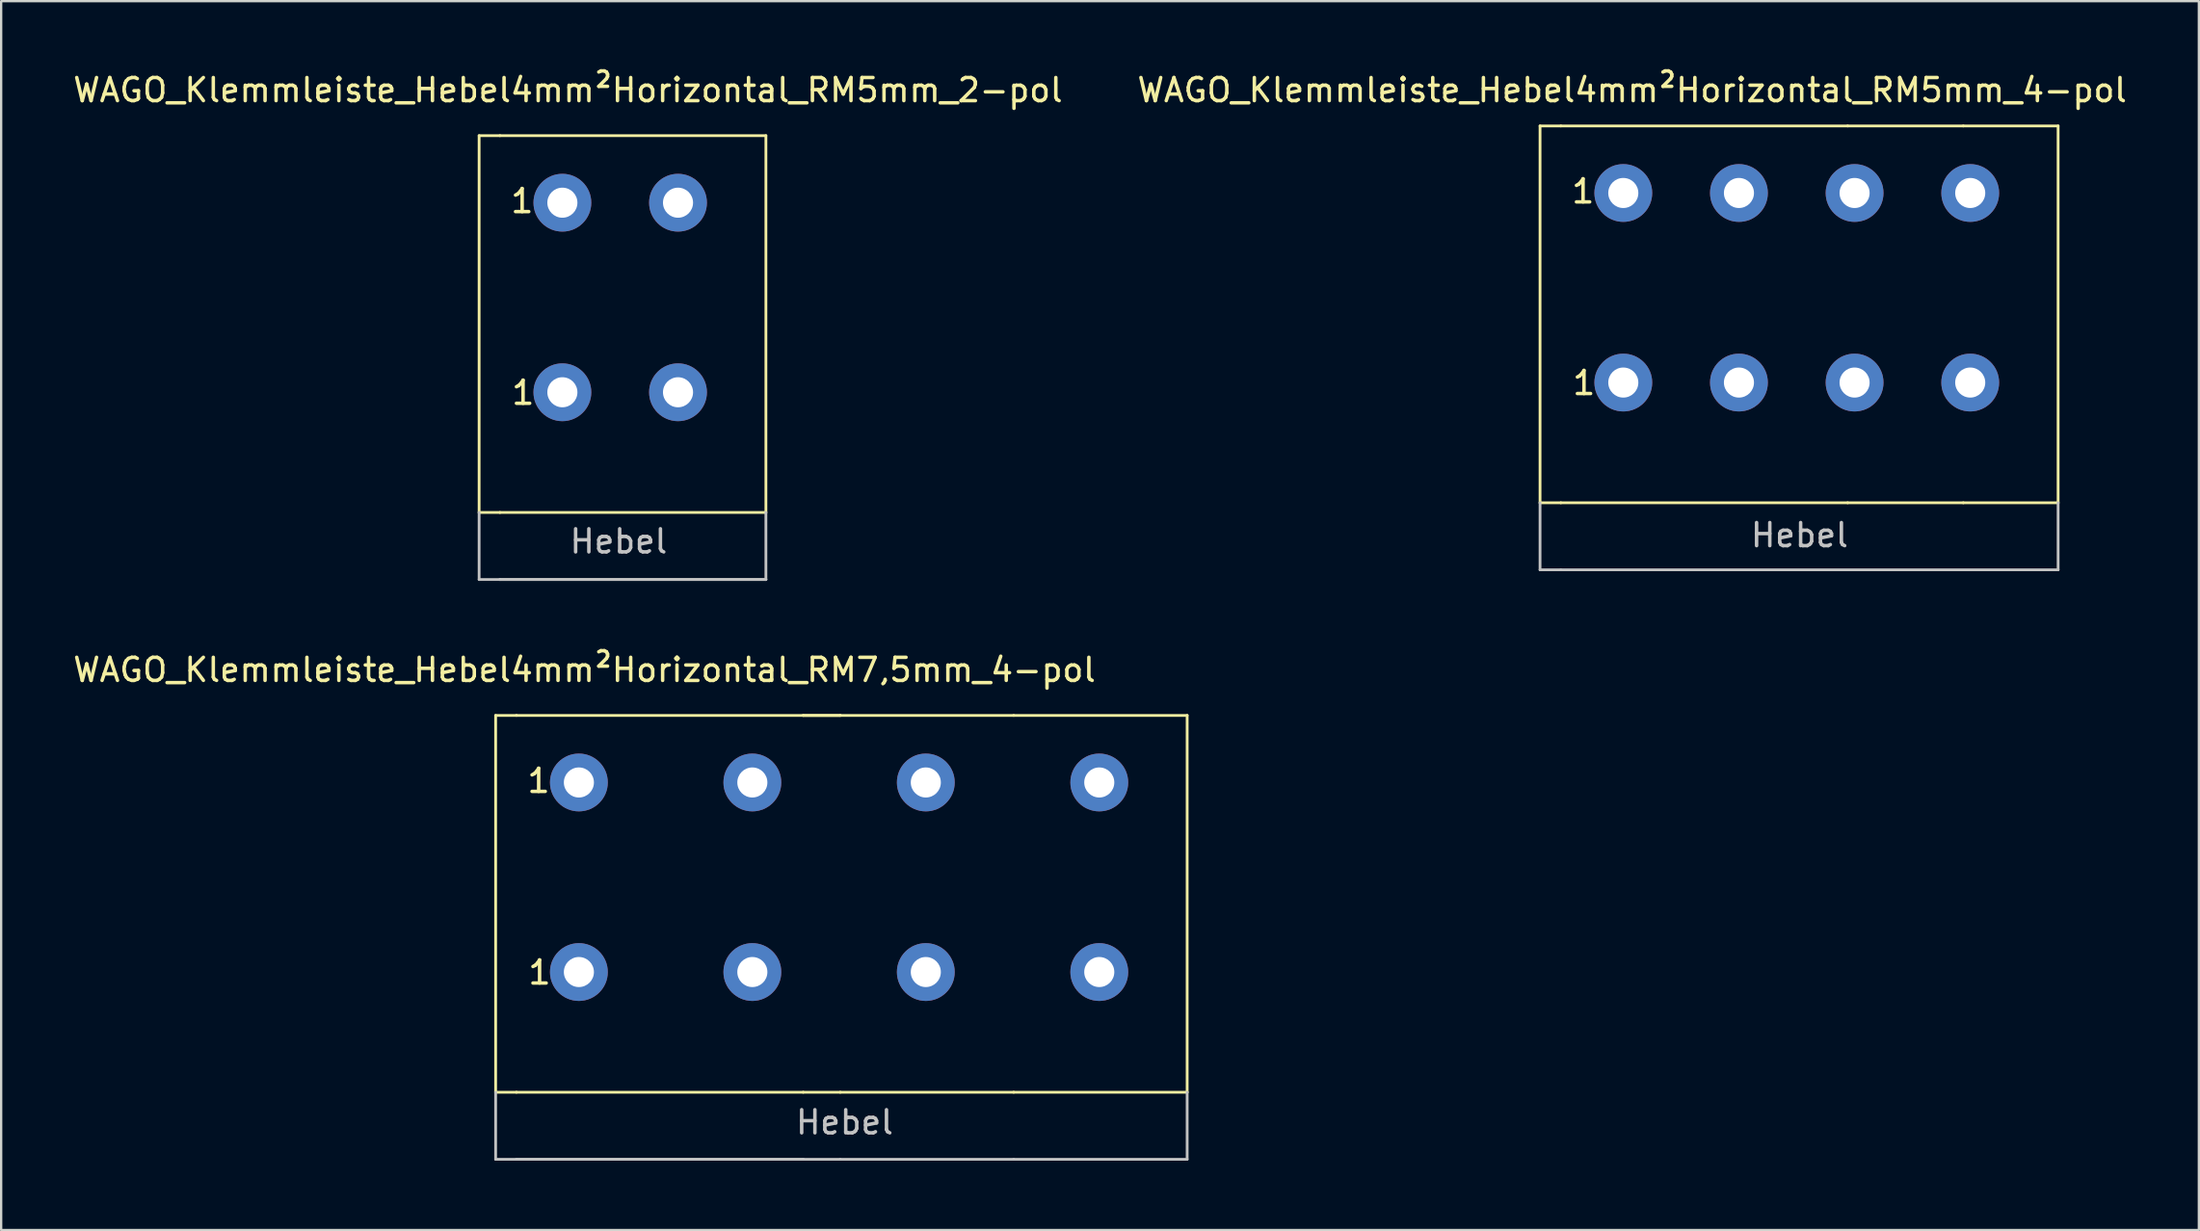
<source format=kicad_pcb>
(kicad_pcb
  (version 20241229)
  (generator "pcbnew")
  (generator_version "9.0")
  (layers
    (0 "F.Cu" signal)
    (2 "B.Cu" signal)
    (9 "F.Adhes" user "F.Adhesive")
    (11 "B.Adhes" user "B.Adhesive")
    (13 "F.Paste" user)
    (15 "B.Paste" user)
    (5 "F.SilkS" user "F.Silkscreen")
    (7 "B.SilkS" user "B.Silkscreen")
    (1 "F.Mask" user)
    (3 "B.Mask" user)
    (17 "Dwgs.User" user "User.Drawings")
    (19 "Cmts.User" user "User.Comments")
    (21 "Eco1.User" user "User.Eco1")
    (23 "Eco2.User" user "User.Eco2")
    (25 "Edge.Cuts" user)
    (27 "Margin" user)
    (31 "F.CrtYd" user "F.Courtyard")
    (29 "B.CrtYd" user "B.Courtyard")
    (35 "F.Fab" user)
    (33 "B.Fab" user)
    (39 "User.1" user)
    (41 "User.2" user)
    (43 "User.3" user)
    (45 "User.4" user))
  (footprint "WAGO_Klemmleiste_Hebel4mm²Horizontal_RM5mm_2-pol"
    (layer "F.Cu")
    (at 21.266 5.718)
    (property "Reference" "WAGO_Klemmleiste_Hebel4mm²Horizontal_RM5mm_2-pol" (at 0.24 -4.87 0) (layer "F.SilkS") (effects (font (size 1 1) (thickness 0.15))))
    (attr through_hole)
    (fp_line (start -3.6 -2.9) (end -3.6 13.4) (stroke (width 0.12) (type solid)) (layer "F.SilkS"))
    (fp_line (start -3.6 -2.9) (end -2.7 -2.9) (stroke (width 0.12) (type solid)) (layer "F.SilkS"))
    (fp_line (start -3.6 13.4) (end -2.7 13.4) (stroke (width 0.12) (type solid)) (layer "F.SilkS"))
    (fp_line (start -2.7 -2.9) (end 8.8 -2.9) (stroke (width 0.12) (type solid)) (layer "F.SilkS"))
    (fp_line (start 8.8 -2.9) (end 8.8 13.4) (stroke (width 0.12) (type solid)) (layer "F.SilkS"))
    (fp_line (start 8.8 13.4) (end -2.7 13.4) (stroke (width 0.12) (type solid)) (layer "F.SilkS"))
    (fp_line (start -3.6 13.4) (end -3.6 16.3) (stroke (width 0.12) (type solid)) (layer "Dwgs.User"))
    (fp_line (start -3.6 16.3) (end -2.7 16.3) (stroke (width 0.12) (type solid)) (layer "Dwgs.User"))
    (fp_line (start -2.7 16.3) (end 8.8 16.3) (stroke (width 0.12) (type solid)) (layer "Dwgs.User"))
    (fp_line (start -2.7 16.3) (end 8.8 16.3) (stroke (width 0.12) (type solid)) (layer "Dwgs.User"))
    (fp_line (start 8.8 13.4) (end 8.8 16.3) (stroke (width 0.12) (type solid)) (layer "Dwgs.User"))
    (fp_text user "1" (at -1.74 -0.07 0) (layer "F.SilkS") (effects (font (size 1 1) (thickness 0.15))))
    (fp_text user "1" (at -1.7 8.22 0) (layer "F.SilkS") (effects (font (size 1 1) (thickness 0.15))))
    (fp_text user "Hebel" (at 2.43 14.65 0) (layer "Dwgs.User") (effects (font (size 1 1) (thickness 0.15))))
    (pad "1" thru_hole circle (at 0 0) (size 2.5 2.5) (drill 1.3) (layers "*.Cu" "*.Mask"))
    (pad "1" thru_hole circle (at 0 8.2) (size 2.5 2.5) (drill 1.3) (layers "*.Cu" "*.Mask"))
    (pad "2" thru_hole circle (at 5 0) (size 2.5 2.5) (drill 1.3) (layers "*.Cu" "*.Mask"))
    (pad "2" thru_hole circle (at 5 8.2) (size 2.5 2.5) (drill 1.3) (layers "*.Cu" "*.Mask")))
  (footprint "WAGO_Klemmleiste_Hebel4mm²Horizontal_RM7,5mm_4-pol"
    (layer "F.Cu")
    (at 21.98 30.797)
    (property "Reference" "WAGO_Klemmleiste_Hebel4mm²Horizontal_RM7,5mm_4-pol" (at 0.24 -4.87 0) (layer "F.SilkS") (effects (font (size 1 1) (thickness 0.15))))
    (attr through_hole)
    (fp_line (start -3.6 -2.9) (end -3.6 13.4) (stroke (width 0.12) (type solid)) (layer "F.SilkS"))
    (fp_line (start -3.6 13.4) (end -2.7 13.4) (stroke (width 0.12) (type solid)) (layer "F.SilkS"))
    (fp_line (start -2.7 -2.9) (end -3.6 -2.9) (stroke (width 0.12) (type solid)) (layer "F.SilkS"))
    (fp_line (start -2.7 -2.9) (end 9.7 -2.9) (stroke (width 0.12) (type solid)) (layer "F.SilkS"))
    (fp_line (start 9.7 -2.9) (end 11.3 -2.9) (stroke (width 0.12) (type solid)) (layer "F.SilkS"))
    (fp_line (start 9.7 13.4) (end -2.7 13.4) (stroke (width 0.12) (type solid)) (layer "F.SilkS"))
    (fp_line (start 9.7 13.4) (end 11.3 13.4) (stroke (width 0.12) (type solid)) (layer "F.SilkS"))
    (fp_line (start 11.3 -2.9) (end 9.7 -2.9) (stroke (width 0.12) (type solid)) (layer "F.SilkS"))
    (fp_line (start 11.3 13.4) (end 18.8 13.4) (stroke (width 0.12) (type solid)) (layer "F.SilkS"))
    (fp_line (start 18.8 -2.9) (end 11.3 -2.9) (stroke (width 0.12) (type solid)) (layer "F.SilkS"))
    (fp_line (start 18.8 -2.9) (end 26.3 -2.9) (stroke (width 0.12) (type solid)) (layer "F.SilkS"))
    (fp_line (start 26.3 -2.9) (end 26.3 13.4) (stroke (width 0.12) (type solid)) (layer "F.SilkS"))
    (fp_line (start 26.3 13.4) (end 18.8 13.4) (stroke (width 0.12) (type solid)) (layer "F.SilkS"))
    (fp_line (start -3.6 13.4) (end -3.6 16.3) (stroke (width 0.12) (type solid)) (layer "Dwgs.User"))
    (fp_line (start -3.6 16.3) (end -2.7 16.3) (stroke (width 0.12) (type solid)) (layer "Dwgs.User"))
    (fp_line (start -2.7 16.3) (end 9.7 16.3) (stroke (width 0.12) (type solid)) (layer "Dwgs.User"))
    (fp_line (start -2.7 16.3) (end 9.7 16.3) (stroke (width 0.12) (type solid)) (layer "Dwgs.User"))
    (fp_line (start 11.3 16.3) (end 9.7 16.3) (stroke (width 0.12) (type solid)) (layer "Dwgs.User"))
    (fp_line (start 11.3 16.3) (end 18.8 16.3) (stroke (width 0.12) (type solid)) (layer "Dwgs.User"))
    (fp_line (start 26.3 13.4) (end 26.3 16.3) (stroke (width 0.12) (type solid)) (layer "Dwgs.User"))
    (fp_line (start 26.3 16.3) (end 18.8 16.3) (stroke (width 0.12) (type solid)) (layer "Dwgs.User"))
    (fp_text user "1" (at -1.7 8.22 0) (layer "F.SilkS") (effects (font (size 1 1) (thickness 0.15))))
    (fp_text user "1" (at -1.74 -0.07 0) (layer "F.SilkS") (effects (font (size 1 1) (thickness 0.15))))
    (fp_text user "Hebel" (at 11.49 14.7 0) (layer "Dwgs.User") (effects (font (size 1 1) (thickness 0.15))))
    (pad "1" thru_hole circle (at 0 0) (size 2.5 2.5) (drill 1.3) (layers "*.Cu" "*.Mask"))
    (pad "1" thru_hole circle (at 0 8.2) (size 2.5 2.5) (drill 1.3) (layers "*.Cu" "*.Mask"))
    (pad "2" thru_hole circle (at 7.5 0) (size 2.5 2.5) (drill 1.3) (layers "*.Cu" "*.Mask"))
    (pad "2" thru_hole circle (at 7.5 8.2) (size 2.5 2.5) (drill 1.3) (layers "*.Cu" "*.Mask"))
    (pad "3" thru_hole circle (at 15 0) (size 2.5 2.5) (drill 1.3) (layers "*.Cu" "*.Mask"))
    (pad "3" thru_hole circle (at 15 8.2) (size 2.5 2.5) (drill 1.3) (layers "*.Cu" "*.Mask"))
    (pad "4" thru_hole circle (at 22.5 0) (size 2.5 2.5) (drill 1.3) (layers "*.Cu" "*.Mask"))
    (pad "4" thru_hole circle (at 22.5 8.2) (size 2.5 2.5) (drill 1.3) (layers "*.Cu" "*.Mask")))
  (footprint "WAGO_Klemmleiste_Hebel4mm²Horizontal_RM5mm_4-pol"
    (layer "F.Cu")
    (at 67.138 5.298)
    (property "Reference" "WAGO_Klemmleiste_Hebel4mm²Horizontal_RM5mm_4-pol" (at 0.38 -4.45 0) (layer "F.SilkS") (effects (font (size 1 1) (thickness 0.15))))
    (attr through_hole)
    (fp_line (start -3.6 -2.9) (end -3.6 13.4) (stroke (width 0.12) (type solid)) (layer "F.SilkS"))
    (fp_line (start -3.6 -2.9) (end -2.7 -2.9) (stroke (width 0.12) (type solid)) (layer "F.SilkS"))
    (fp_line (start -3.6 13.4) (end -2.7 13.4) (stroke (width 0.12) (type solid)) (layer "F.SilkS"))
    (fp_line (start -2.7 -2.9) (end 9.7 -2.9) (stroke (width 0.12) (type solid)) (layer "F.SilkS"))
    (fp_line (start 9.7 -2.9) (end 14.7 -2.9) (stroke (width 0.12) (type solid)) (layer "F.SilkS"))
    (fp_line (start 9.7 13.4) (end -2.7 13.4) (stroke (width 0.12) (type solid)) (layer "F.SilkS"))
    (fp_line (start 14.7 -2.9) (end 18.8 -2.9) (stroke (width 0.12) (type solid)) (layer "F.SilkS"))
    (fp_line (start 14.7 13.4) (end 9.7 13.4) (stroke (width 0.12) (type solid)) (layer "F.SilkS"))
    (fp_line (start 18.8 -2.9) (end 18.8 13.4) (stroke (width 0.12) (type solid)) (layer "F.SilkS"))
    (fp_line (start 18.8 13.4) (end 14.7 13.4) (stroke (width 0.12) (type solid)) (layer "F.SilkS"))
    (fp_line (start -3.6 13.4) (end -3.6 16.3) (stroke (width 0.12) (type solid)) (layer "Dwgs.User"))
    (fp_line (start -2.7 16.3) (end -3.6 16.3) (stroke (width 0.12) (type solid)) (layer "Dwgs.User"))
    (fp_line (start -2.7 16.3) (end 18.8 16.3) (stroke (width 0.12) (type solid)) (layer "Dwgs.User"))
    (fp_line (start 18.8 13.4) (end 18.8 16.3) (stroke (width 0.12) (type solid)) (layer "Dwgs.User"))
    (fp_text user "1" (at -1.7 8.22 0) (layer "F.SilkS") (effects (font (size 1 1) (thickness 0.15))))
    (fp_text user "1" (at -1.74 -0.07 0) (layer "F.SilkS") (effects (font (size 1 1) (thickness 0.15))))
    (fp_text user "Hebel" (at 7.62 14.8 0) (layer "Dwgs.User") (effects (font (size 1 1) (thickness 0.15))))
    (pad "1" thru_hole circle (at 0 0) (size 2.5 2.5) (drill 1.3) (layers "*.Cu" "*.Mask"))
    (pad "1" thru_hole circle (at 0 8.2) (size 2.5 2.5) (drill 1.3) (layers "*.Cu" "*.Mask"))
    (pad "2" thru_hole circle (at 5 0) (size 2.5 2.5) (drill 1.3) (layers "*.Cu" "*.Mask"))
    (pad "2" thru_hole circle (at 5 8.2) (size 2.5 2.5) (drill 1.3) (layers "*.Cu" "*.Mask"))
    (pad "3" thru_hole circle (at 10 0) (size 2.5 2.5) (drill 1.3) (layers "*.Cu" "*.Mask"))
    (pad "3" thru_hole circle (at 10 8.2) (size 2.5 2.5) (drill 1.3) (layers "*.Cu" "*.Mask"))
    (pad "4" thru_hole circle (at 15 0) (size 2.5 2.5) (drill 1.3) (layers "*.Cu" "*.Mask"))
    (pad "4" thru_hole circle (at 15 8.2) (size 2.5 2.5) (drill 1.3) (layers "*.Cu" "*.Mask")))
  (gr_rect
    (start -3 -3)
    (end 92.024 50.157)
    (stroke (width 0.1) (type default))
    (fill no)
    (layer "Edge.Cuts")))
</source>
